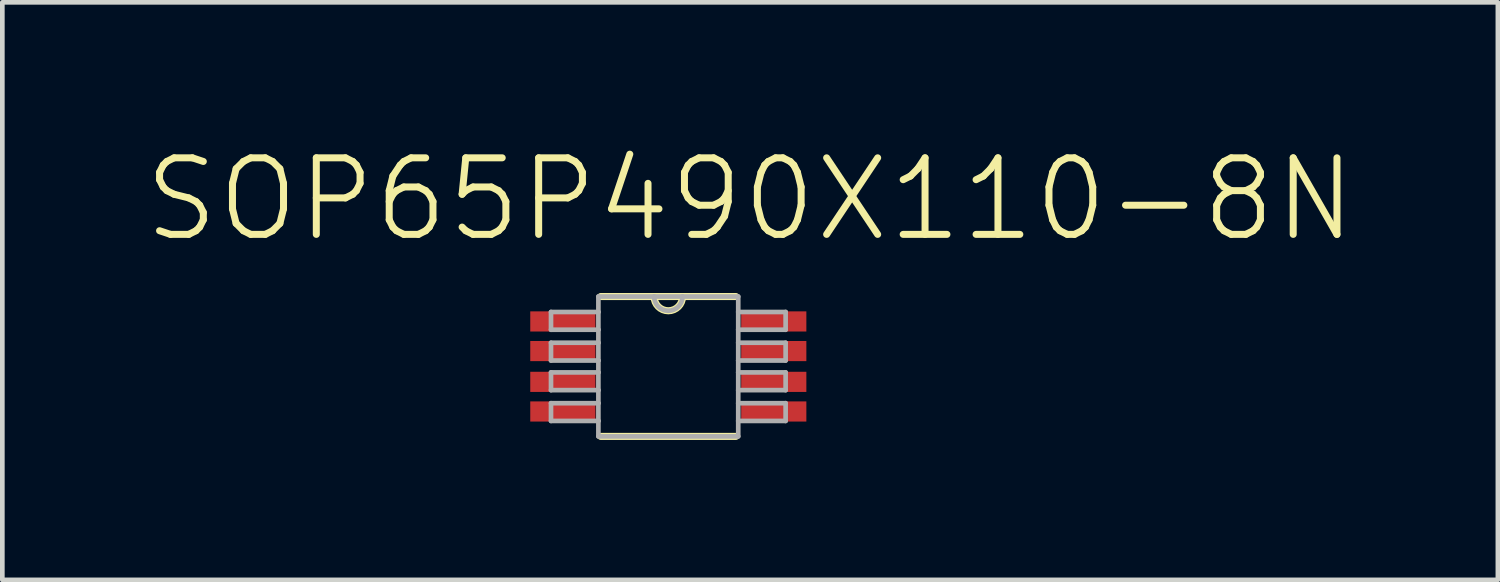
<source format=kicad_pcb>
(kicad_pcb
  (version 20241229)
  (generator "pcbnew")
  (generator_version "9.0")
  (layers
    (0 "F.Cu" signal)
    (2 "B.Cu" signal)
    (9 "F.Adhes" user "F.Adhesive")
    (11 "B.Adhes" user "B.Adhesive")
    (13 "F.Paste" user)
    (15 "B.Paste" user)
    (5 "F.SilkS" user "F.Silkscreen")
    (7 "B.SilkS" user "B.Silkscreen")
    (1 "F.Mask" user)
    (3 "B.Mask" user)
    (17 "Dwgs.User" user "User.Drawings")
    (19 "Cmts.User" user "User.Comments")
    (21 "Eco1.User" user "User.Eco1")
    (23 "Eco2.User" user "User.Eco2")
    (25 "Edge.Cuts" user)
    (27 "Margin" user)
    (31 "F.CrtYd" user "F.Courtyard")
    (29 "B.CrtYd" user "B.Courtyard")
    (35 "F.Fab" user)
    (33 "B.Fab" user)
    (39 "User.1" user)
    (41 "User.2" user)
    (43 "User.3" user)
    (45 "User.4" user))
  (footprint "SOP65P490X110-8N"
    (layer "F.Cu")
    (at 11.277 4.806)
    (property "Reference" "SOP65P490X110-8N" (at 1.753 -3.583 0) (layer "F.SilkS") (effects (font (size 1.641 1.641) (thickness 0.15))))
    (attr smd)
    (fp_line (start -1.448 1.499) (end 1.448 1.499) (stroke (width 0.152) (type solid)) (layer "F.SilkS"))
    (fp_line (start -0.305 -1.499) (end -1.448 -1.499) (stroke (width 0.152) (type solid)) (layer "F.SilkS"))
    (fp_line (start 0.305 -1.499) (end -0.305 -1.499) (stroke (width 0.152) (type solid)) (layer "F.SilkS"))
    (fp_line (start 1.448 -1.499) (end 0.305 -1.499) (stroke (width 0.152) (type solid)) (layer "F.SilkS"))
    (fp_arc (start 0.3048 -1.4986) (mid 0 -1.1938) (end -0.3048 -1.4986) (stroke (width 0.1524) (type solid)) (layer "F.SilkS"))
    (fp_line (start -2.515 -1.168) (end -2.515 -0.787) (stroke (width 0.1) (type solid)) (layer "F.Fab"))
    (fp_line (start -2.515 -0.787) (end -1.499 -0.787) (stroke (width 0.1) (type solid)) (layer "F.Fab"))
    (fp_line (start -2.515 -0.508) (end -2.515 -0.127) (stroke (width 0.1) (type solid)) (layer "F.Fab"))
    (fp_line (start -2.515 -0.127) (end -1.499 -0.127) (stroke (width 0.1) (type solid)) (layer "F.Fab"))
    (fp_line (start -2.515 0.127) (end -2.515 0.508) (stroke (width 0.1) (type solid)) (layer "F.Fab"))
    (fp_line (start -2.515 0.508) (end -1.499 0.508) (stroke (width 0.1) (type solid)) (layer "F.Fab"))
    (fp_line (start -2.515 0.787) (end -2.515 1.168) (stroke (width 0.1) (type solid)) (layer "F.Fab"))
    (fp_line (start -2.515 1.168) (end -1.499 1.168) (stroke (width 0.1) (type solid)) (layer "F.Fab"))
    (fp_line (start -1.499 -1.499) (end -1.499 -1.168) (stroke (width 0.1) (type solid)) (layer "F.Fab"))
    (fp_line (start -1.499 -1.168) (end -2.515 -1.168) (stroke (width 0.1) (type solid)) (layer "F.Fab"))
    (fp_line (start -1.499 -1.168) (end -1.499 -0.787) (stroke (width 0.1) (type solid)) (layer "F.Fab"))
    (fp_line (start -1.499 -0.787) (end -1.499 -0.508) (stroke (width 0.1) (type solid)) (layer "F.Fab"))
    (fp_line (start -1.499 -0.508) (end -2.515 -0.508) (stroke (width 0.1) (type solid)) (layer "F.Fab"))
    (fp_line (start -1.499 -0.508) (end -1.499 -0.127) (stroke (width 0.1) (type solid)) (layer "F.Fab"))
    (fp_line (start -1.499 -0.127) (end -1.499 0.127) (stroke (width 0.1) (type solid)) (layer "F.Fab"))
    (fp_line (start -1.499 0.127) (end -2.515 0.127) (stroke (width 0.1) (type solid)) (layer "F.Fab"))
    (fp_line (start -1.499 0.127) (end -1.499 0.508) (stroke (width 0.1) (type solid)) (layer "F.Fab"))
    (fp_line (start -1.499 0.508) (end -1.499 0.787) (stroke (width 0.1) (type solid)) (layer "F.Fab"))
    (fp_line (start -1.499 0.787) (end -2.515 0.787) (stroke (width 0.1) (type solid)) (layer "F.Fab"))
    (fp_line (start -1.499 1.168) (end -1.499 0.787) (stroke (width 0.1) (type solid)) (layer "F.Fab"))
    (fp_line (start -1.499 1.499) (end -1.499 1.168) (stroke (width 0.1) (type solid)) (layer "F.Fab"))
    (fp_line (start -1.499 1.499) (end 1.499 1.499) (stroke (width 0.1) (type solid)) (layer "F.Fab"))
    (fp_line (start -0.305 -1.499) (end -1.499 -1.499) (stroke (width 0.1) (type solid)) (layer "F.Fab"))
    (fp_line (start 0.305 -1.499) (end -0.305 -1.499) (stroke (width 0.1) (type solid)) (layer "F.Fab"))
    (fp_line (start 1.499 -1.499) (end 0.305 -1.499) (stroke (width 0.1) (type solid)) (layer "F.Fab"))
    (fp_line (start 1.499 -1.499) (end 1.499 -1.168) (stroke (width 0.1) (type solid)) (layer "F.Fab"))
    (fp_line (start 1.499 -1.168) (end 1.499 -0.787) (stroke (width 0.1) (type solid)) (layer "F.Fab"))
    (fp_line (start 1.499 -0.787) (end 2.515 -0.787) (stroke (width 0.1) (type solid)) (layer "F.Fab"))
    (fp_line (start 1.499 -0.508) (end 1.499 -0.787) (stroke (width 0.1) (type solid)) (layer "F.Fab"))
    (fp_line (start 1.499 -0.127) (end 1.499 -0.508) (stroke (width 0.1) (type solid)) (layer "F.Fab"))
    (fp_line (start 1.499 -0.127) (end 2.515 -0.127) (stroke (width 0.1) (type solid)) (layer "F.Fab"))
    (fp_line (start 1.499 0.127) (end 1.499 -0.127) (stroke (width 0.1) (type solid)) (layer "F.Fab"))
    (fp_line (start 1.499 0.508) (end 1.499 0.127) (stroke (width 0.1) (type solid)) (layer "F.Fab"))
    (fp_line (start 1.499 0.508) (end 2.515 0.508) (stroke (width 0.1) (type solid)) (layer "F.Fab"))
    (fp_line (start 1.499 0.787) (end 1.499 0.508) (stroke (width 0.1) (type solid)) (layer "F.Fab"))
    (fp_line (start 1.499 1.168) (end 1.499 0.787) (stroke (width 0.1) (type solid)) (layer "F.Fab"))
    (fp_line (start 1.499 1.168) (end 2.515 1.168) (stroke (width 0.1) (type solid)) (layer "F.Fab"))
    (fp_line (start 1.499 1.499) (end 1.499 1.168) (stroke (width 0.1) (type solid)) (layer "F.Fab"))
    (fp_line (start 2.515 -1.168) (end 1.499 -1.168) (stroke (width 0.1) (type solid)) (layer "F.Fab"))
    (fp_line (start 2.515 -0.787) (end 2.515 -1.168) (stroke (width 0.1) (type solid)) (layer "F.Fab"))
    (fp_line (start 2.515 -0.508) (end 1.499 -0.508) (stroke (width 0.1) (type solid)) (layer "F.Fab"))
    (fp_line (start 2.515 -0.127) (end 2.515 -0.508) (stroke (width 0.1) (type solid)) (layer "F.Fab"))
    (fp_line (start 2.515 0.127) (end 1.499 0.127) (stroke (width 0.1) (type solid)) (layer "F.Fab"))
    (fp_line (start 2.515 0.508) (end 2.515 0.127) (stroke (width 0.1) (type solid)) (layer "F.Fab"))
    (fp_line (start 2.515 0.787) (end 1.499 0.787) (stroke (width 0.1) (type solid)) (layer "F.Fab"))
    (fp_line (start 2.515 1.168) (end 2.515 0.787) (stroke (width 0.1) (type solid)) (layer "F.Fab"))
    (fp_arc (start 0.3048 -1.4986) (mid 0 -1.1938) (end -0.3048 -1.4986) (stroke (width 0.1) (type solid)) (layer "F.Fab"))
    (pad "1" smd rect (at -2.261 -0.965) (size 1.397 0.432) (layers "F.Cu" "F.Mask" "F.Paste"))
    (pad "2" smd rect (at -2.261 -0.33) (size 1.397 0.432) (layers "F.Cu" "F.Mask" "F.Paste"))
    (pad "3" smd rect (at -2.261 0.33) (size 1.397 0.432) (layers "F.Cu" "F.Mask" "F.Paste"))
    (pad "4" smd rect (at -2.261 0.965) (size 1.397 0.432) (layers "F.Cu" "F.Mask" "F.Paste"))
    (pad "5" smd rect (at 2.261 0.965) (size 1.397 0.432) (layers "F.Cu" "F.Mask" "F.Paste"))
    (pad "6" smd rect (at 2.261 0.33) (size 1.397 0.432) (layers "F.Cu" "F.Mask" "F.Paste"))
    (pad "7" smd rect (at 2.261 -0.33) (size 1.397 0.432) (layers "F.Cu" "F.Mask" "F.Paste"))
    (pad "8" smd rect (at 2.261 -0.965) (size 1.397 0.432) (layers "F.Cu" "F.Mask" "F.Paste")))
  (gr_rect
    (start -3 -3)
    (end 29.061 9.381)
    (stroke (width 0.1) (type default))
    (fill no)
    (layer "Edge.Cuts")))
</source>
